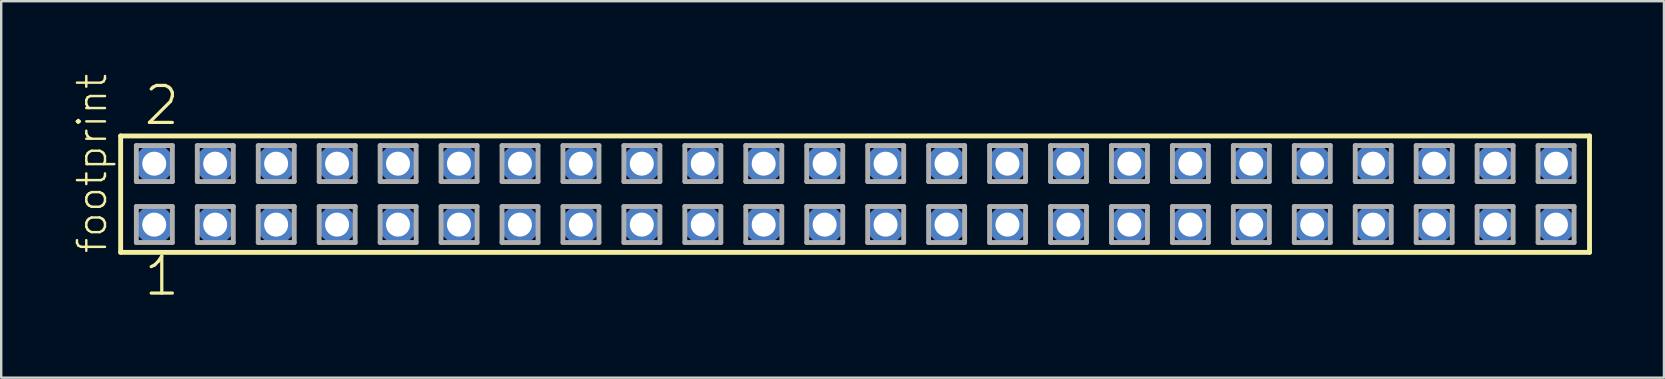
<source format=kicad_pcb>
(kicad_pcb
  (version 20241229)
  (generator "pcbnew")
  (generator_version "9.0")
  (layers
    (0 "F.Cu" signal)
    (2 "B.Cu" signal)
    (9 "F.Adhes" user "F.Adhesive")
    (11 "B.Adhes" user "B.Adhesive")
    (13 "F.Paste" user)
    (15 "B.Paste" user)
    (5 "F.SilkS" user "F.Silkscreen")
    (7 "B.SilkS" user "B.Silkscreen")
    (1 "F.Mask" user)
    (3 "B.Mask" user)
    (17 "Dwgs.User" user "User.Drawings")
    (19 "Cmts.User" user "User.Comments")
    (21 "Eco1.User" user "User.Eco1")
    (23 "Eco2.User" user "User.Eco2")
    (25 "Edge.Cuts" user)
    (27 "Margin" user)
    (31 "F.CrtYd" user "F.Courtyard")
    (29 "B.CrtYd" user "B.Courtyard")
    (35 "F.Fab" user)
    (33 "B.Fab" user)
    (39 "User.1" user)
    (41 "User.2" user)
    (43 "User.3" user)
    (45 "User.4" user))
  (footprint "footprint"
    (layer "F.Cu")
    (at 32.588 5.042)
    (property "Reference" "footprint" (at -31.115 2.54 90) (layer "F.SilkS") (effects (font (size 1.168 1.168) (thickness 0.102)) (justify left bottom)))
    (fp_line (start -30.609 -2.425) (end 30.609 -2.425) (stroke (width 0.203) (type solid)) (layer "F.SilkS"))
    (fp_line (start -30.609 2.425) (end -30.609 -2.425) (stroke (width 0.203) (type solid)) (layer "F.SilkS"))
    (fp_line (start 30.609 -2.425) (end 30.609 2.425) (stroke (width 0.203) (type solid)) (layer "F.SilkS"))
    (fp_line (start 30.609 2.425) (end -30.609 2.425) (stroke (width 0.203) (type solid)) (layer "F.SilkS"))
    (fp_line (start -29.955 -2.025) (end -28.455 -2.025) (stroke (width 0.203) (type solid)) (layer "F.Fab"))
    (fp_line (start -29.955 -0.525) (end -29.955 -2.025) (stroke (width 0.203) (type solid)) (layer "F.Fab"))
    (fp_line (start -29.955 0.515) (end -28.455 0.515) (stroke (width 0.203) (type solid)) (layer "F.Fab"))
    (fp_line (start -29.955 2.015) (end -29.955 0.515) (stroke (width 0.203) (type solid)) (layer "F.Fab"))
    (fp_line (start -28.455 -2.025) (end -28.455 -0.525) (stroke (width 0.203) (type solid)) (layer "F.Fab"))
    (fp_line (start -28.455 -0.525) (end -29.955 -0.525) (stroke (width 0.203) (type solid)) (layer "F.Fab"))
    (fp_line (start -28.455 0.515) (end -28.455 2.015) (stroke (width 0.203) (type solid)) (layer "F.Fab"))
    (fp_line (start -28.455 2.015) (end -29.955 2.015) (stroke (width 0.203) (type solid)) (layer "F.Fab"))
    (fp_line (start -27.415 -2.025) (end -25.915 -2.025) (stroke (width 0.203) (type solid)) (layer "F.Fab"))
    (fp_line (start -27.415 -0.525) (end -27.415 -2.025) (stroke (width 0.203) (type solid)) (layer "F.Fab"))
    (fp_line (start -27.415 0.515) (end -25.915 0.515) (stroke (width 0.203) (type solid)) (layer "F.Fab"))
    (fp_line (start -27.415 2.015) (end -27.415 0.515) (stroke (width 0.203) (type solid)) (layer "F.Fab"))
    (fp_line (start -25.915 -2.025) (end -25.915 -0.525) (stroke (width 0.203) (type solid)) (layer "F.Fab"))
    (fp_line (start -25.915 -0.525) (end -27.415 -0.525) (stroke (width 0.203) (type solid)) (layer "F.Fab"))
    (fp_line (start -25.915 0.515) (end -25.915 2.015) (stroke (width 0.203) (type solid)) (layer "F.Fab"))
    (fp_line (start -25.915 2.015) (end -27.415 2.015) (stroke (width 0.203) (type solid)) (layer "F.Fab"))
    (fp_line (start -24.875 -2.025) (end -23.375 -2.025) (stroke (width 0.203) (type solid)) (layer "F.Fab"))
    (fp_line (start -24.875 -0.525) (end -24.875 -2.025) (stroke (width 0.203) (type solid)) (layer "F.Fab"))
    (fp_line (start -24.875 0.515) (end -23.375 0.515) (stroke (width 0.203) (type solid)) (layer "F.Fab"))
    (fp_line (start -24.875 2.015) (end -24.875 0.515) (stroke (width 0.203) (type solid)) (layer "F.Fab"))
    (fp_line (start -23.375 -2.025) (end -23.375 -0.525) (stroke (width 0.203) (type solid)) (layer "F.Fab"))
    (fp_line (start -23.375 -0.525) (end -24.875 -0.525) (stroke (width 0.203) (type solid)) (layer "F.Fab"))
    (fp_line (start -23.375 0.515) (end -23.375 2.015) (stroke (width 0.203) (type solid)) (layer "F.Fab"))
    (fp_line (start -23.375 2.015) (end -24.875 2.015) (stroke (width 0.203) (type solid)) (layer "F.Fab"))
    (fp_line (start -22.335 -2.025) (end -20.835 -2.025) (stroke (width 0.203) (type solid)) (layer "F.Fab"))
    (fp_line (start -22.335 -0.525) (end -22.335 -2.025) (stroke (width 0.203) (type solid)) (layer "F.Fab"))
    (fp_line (start -22.335 0.515) (end -20.835 0.515) (stroke (width 0.203) (type solid)) (layer "F.Fab"))
    (fp_line (start -22.335 2.015) (end -22.335 0.515) (stroke (width 0.203) (type solid)) (layer "F.Fab"))
    (fp_line (start -20.835 -2.025) (end -20.835 -0.525) (stroke (width 0.203) (type solid)) (layer "F.Fab"))
    (fp_line (start -20.835 -0.525) (end -22.335 -0.525) (stroke (width 0.203) (type solid)) (layer "F.Fab"))
    (fp_line (start -20.835 0.515) (end -20.835 2.015) (stroke (width 0.203) (type solid)) (layer "F.Fab"))
    (fp_line (start -20.835 2.015) (end -22.335 2.015) (stroke (width 0.203) (type solid)) (layer "F.Fab"))
    (fp_line (start -19.795 -2.025) (end -18.295 -2.025) (stroke (width 0.203) (type solid)) (layer "F.Fab"))
    (fp_line (start -19.795 -0.525) (end -19.795 -2.025) (stroke (width 0.203) (type solid)) (layer "F.Fab"))
    (fp_line (start -19.795 0.515) (end -18.295 0.515) (stroke (width 0.203) (type solid)) (layer "F.Fab"))
    (fp_line (start -19.795 2.015) (end -19.795 0.515) (stroke (width 0.203) (type solid)) (layer "F.Fab"))
    (fp_line (start -18.295 -2.025) (end -18.295 -0.525) (stroke (width 0.203) (type solid)) (layer "F.Fab"))
    (fp_line (start -18.295 -0.525) (end -19.795 -0.525) (stroke (width 0.203) (type solid)) (layer "F.Fab"))
    (fp_line (start -18.295 0.515) (end -18.295 2.015) (stroke (width 0.203) (type solid)) (layer "F.Fab"))
    (fp_line (start -18.295 2.015) (end -19.795 2.015) (stroke (width 0.203) (type solid)) (layer "F.Fab"))
    (fp_line (start -17.255 -2.025) (end -15.755 -2.025) (stroke (width 0.203) (type solid)) (layer "F.Fab"))
    (fp_line (start -17.255 -0.525) (end -17.255 -2.025) (stroke (width 0.203) (type solid)) (layer "F.Fab"))
    (fp_line (start -17.255 0.515) (end -15.755 0.515) (stroke (width 0.203) (type solid)) (layer "F.Fab"))
    (fp_line (start -17.255 2.015) (end -17.255 0.515) (stroke (width 0.203) (type solid)) (layer "F.Fab"))
    (fp_line (start -15.755 -2.025) (end -15.755 -0.525) (stroke (width 0.203) (type solid)) (layer "F.Fab"))
    (fp_line (start -15.755 -0.525) (end -17.255 -0.525) (stroke (width 0.203) (type solid)) (layer "F.Fab"))
    (fp_line (start -15.755 0.515) (end -15.755 2.015) (stroke (width 0.203) (type solid)) (layer "F.Fab"))
    (fp_line (start -15.755 2.015) (end -17.255 2.015) (stroke (width 0.203) (type solid)) (layer "F.Fab"))
    (fp_line (start -14.715 -2.025) (end -13.215 -2.025) (stroke (width 0.203) (type solid)) (layer "F.Fab"))
    (fp_line (start -14.715 -0.525) (end -14.715 -2.025) (stroke (width 0.203) (type solid)) (layer "F.Fab"))
    (fp_line (start -14.715 0.515) (end -13.215 0.515) (stroke (width 0.203) (type solid)) (layer "F.Fab"))
    (fp_line (start -14.715 2.015) (end -14.715 0.515) (stroke (width 0.203) (type solid)) (layer "F.Fab"))
    (fp_line (start -13.215 -2.025) (end -13.215 -0.525) (stroke (width 0.203) (type solid)) (layer "F.Fab"))
    (fp_line (start -13.215 -0.525) (end -14.715 -0.525) (stroke (width 0.203) (type solid)) (layer "F.Fab"))
    (fp_line (start -13.215 0.515) (end -13.215 2.015) (stroke (width 0.203) (type solid)) (layer "F.Fab"))
    (fp_line (start -13.215 2.015) (end -14.715 2.015) (stroke (width 0.203) (type solid)) (layer "F.Fab"))
    (fp_line (start -12.175 -2.025) (end -10.675 -2.025) (stroke (width 0.203) (type solid)) (layer "F.Fab"))
    (fp_line (start -12.175 -0.525) (end -12.175 -2.025) (stroke (width 0.203) (type solid)) (layer "F.Fab"))
    (fp_line (start -12.175 0.515) (end -10.675 0.515) (stroke (width 0.203) (type solid)) (layer "F.Fab"))
    (fp_line (start -12.175 2.015) (end -12.175 0.515) (stroke (width 0.203) (type solid)) (layer "F.Fab"))
    (fp_line (start -10.675 -2.025) (end -10.675 -0.525) (stroke (width 0.203) (type solid)) (layer "F.Fab"))
    (fp_line (start -10.675 -0.525) (end -12.175 -0.525) (stroke (width 0.203) (type solid)) (layer "F.Fab"))
    (fp_line (start -10.675 0.515) (end -10.675 2.015) (stroke (width 0.203) (type solid)) (layer "F.Fab"))
    (fp_line (start -10.675 2.015) (end -12.175 2.015) (stroke (width 0.203) (type solid)) (layer "F.Fab"))
    (fp_line (start -9.635 -2.025) (end -8.135 -2.025) (stroke (width 0.203) (type solid)) (layer "F.Fab"))
    (fp_line (start -9.635 -0.525) (end -9.635 -2.025) (stroke (width 0.203) (type solid)) (layer "F.Fab"))
    (fp_line (start -9.635 0.515) (end -8.135 0.515) (stroke (width 0.203) (type solid)) (layer "F.Fab"))
    (fp_line (start -9.635 2.015) (end -9.635 0.515) (stroke (width 0.203) (type solid)) (layer "F.Fab"))
    (fp_line (start -8.135 -2.025) (end -8.135 -0.525) (stroke (width 0.203) (type solid)) (layer "F.Fab"))
    (fp_line (start -8.135 -0.525) (end -9.635 -0.525) (stroke (width 0.203) (type solid)) (layer "F.Fab"))
    (fp_line (start -8.135 0.515) (end -8.135 2.015) (stroke (width 0.203) (type solid)) (layer "F.Fab"))
    (fp_line (start -8.135 2.015) (end -9.635 2.015) (stroke (width 0.203) (type solid)) (layer "F.Fab"))
    (fp_line (start -7.095 -2.025) (end -5.595 -2.025) (stroke (width 0.203) (type solid)) (layer "F.Fab"))
    (fp_line (start -7.095 -0.525) (end -7.095 -2.025) (stroke (width 0.203) (type solid)) (layer "F.Fab"))
    (fp_line (start -7.095 0.515) (end -5.595 0.515) (stroke (width 0.203) (type solid)) (layer "F.Fab"))
    (fp_line (start -7.095 2.015) (end -7.095 0.515) (stroke (width 0.203) (type solid)) (layer "F.Fab"))
    (fp_line (start -5.595 -2.025) (end -5.595 -0.525) (stroke (width 0.203) (type solid)) (layer "F.Fab"))
    (fp_line (start -5.595 -0.525) (end -7.095 -0.525) (stroke (width 0.203) (type solid)) (layer "F.Fab"))
    (fp_line (start -5.595 0.515) (end -5.595 2.015) (stroke (width 0.203) (type solid)) (layer "F.Fab"))
    (fp_line (start -5.595 2.015) (end -7.095 2.015) (stroke (width 0.203) (type solid)) (layer "F.Fab"))
    (fp_line (start -4.555 -2.025) (end -3.055 -2.025) (stroke (width 0.203) (type solid)) (layer "F.Fab"))
    (fp_line (start -4.555 -0.525) (end -4.555 -2.025) (stroke (width 0.203) (type solid)) (layer "F.Fab"))
    (fp_line (start -4.555 0.515) (end -3.055 0.515) (stroke (width 0.203) (type solid)) (layer "F.Fab"))
    (fp_line (start -4.555 2.015) (end -4.555 0.515) (stroke (width 0.203) (type solid)) (layer "F.Fab"))
    (fp_line (start -3.055 -2.025) (end -3.055 -0.525) (stroke (width 0.203) (type solid)) (layer "F.Fab"))
    (fp_line (start -3.055 -0.525) (end -4.555 -0.525) (stroke (width 0.203) (type solid)) (layer "F.Fab"))
    (fp_line (start -3.055 0.515) (end -3.055 2.015) (stroke (width 0.203) (type solid)) (layer "F.Fab"))
    (fp_line (start -3.055 2.015) (end -4.555 2.015) (stroke (width 0.203) (type solid)) (layer "F.Fab"))
    (fp_line (start -2.015 -2.025) (end -0.515 -2.025) (stroke (width 0.203) (type solid)) (layer "F.Fab"))
    (fp_line (start -2.015 -0.525) (end -2.015 -2.025) (stroke (width 0.203) (type solid)) (layer "F.Fab"))
    (fp_line (start -2.015 0.515) (end -0.515 0.515) (stroke (width 0.203) (type solid)) (layer "F.Fab"))
    (fp_line (start -2.015 2.015) (end -2.015 0.515) (stroke (width 0.203) (type solid)) (layer "F.Fab"))
    (fp_line (start -0.515 -2.025) (end -0.515 -0.525) (stroke (width 0.203) (type solid)) (layer "F.Fab"))
    (fp_line (start -0.515 -0.525) (end -2.015 -0.525) (stroke (width 0.203) (type solid)) (layer "F.Fab"))
    (fp_line (start -0.515 0.515) (end -0.515 2.015) (stroke (width 0.203) (type solid)) (layer "F.Fab"))
    (fp_line (start -0.515 2.015) (end -2.015 2.015) (stroke (width 0.203) (type solid)) (layer "F.Fab"))
    (fp_line (start 0.525 -2.025) (end 2.025 -2.025) (stroke (width 0.203) (type solid)) (layer "F.Fab"))
    (fp_line (start 0.525 -0.525) (end 0.525 -2.025) (stroke (width 0.203) (type solid)) (layer "F.Fab"))
    (fp_line (start 0.525 0.515) (end 2.025 0.515) (stroke (width 0.203) (type solid)) (layer "F.Fab"))
    (fp_line (start 0.525 2.015) (end 0.525 0.515) (stroke (width 0.203) (type solid)) (layer "F.Fab"))
    (fp_line (start 2.025 -2.025) (end 2.025 -0.525) (stroke (width 0.203) (type solid)) (layer "F.Fab"))
    (fp_line (start 2.025 -0.525) (end 0.525 -0.525) (stroke (width 0.203) (type solid)) (layer "F.Fab"))
    (fp_line (start 2.025 0.515) (end 2.025 2.015) (stroke (width 0.203) (type solid)) (layer "F.Fab"))
    (fp_line (start 2.025 2.015) (end 0.525 2.015) (stroke (width 0.203) (type solid)) (layer "F.Fab"))
    (fp_line (start 3.065 -2.025) (end 4.565 -2.025) (stroke (width 0.203) (type solid)) (layer "F.Fab"))
    (fp_line (start 3.065 -0.525) (end 3.065 -2.025) (stroke (width 0.203) (type solid)) (layer "F.Fab"))
    (fp_line (start 3.065 0.515) (end 4.565 0.515) (stroke (width 0.203) (type solid)) (layer "F.Fab"))
    (fp_line (start 3.065 2.015) (end 3.065 0.515) (stroke (width 0.203) (type solid)) (layer "F.Fab"))
    (fp_line (start 4.565 -2.025) (end 4.565 -0.525) (stroke (width 0.203) (type solid)) (layer "F.Fab"))
    (fp_line (start 4.565 -0.525) (end 3.065 -0.525) (stroke (width 0.203) (type solid)) (layer "F.Fab"))
    (fp_line (start 4.565 0.515) (end 4.565 2.015) (stroke (width 0.203) (type solid)) (layer "F.Fab"))
    (fp_line (start 4.565 2.015) (end 3.065 2.015) (stroke (width 0.203) (type solid)) (layer "F.Fab"))
    (fp_line (start 5.605 -2.025) (end 7.105 -2.025) (stroke (width 0.203) (type solid)) (layer "F.Fab"))
    (fp_line (start 5.605 -0.525) (end 5.605 -2.025) (stroke (width 0.203) (type solid)) (layer "F.Fab"))
    (fp_line (start 5.605 0.515) (end 7.105 0.515) (stroke (width 0.203) (type solid)) (layer "F.Fab"))
    (fp_line (start 5.605 2.015) (end 5.605 0.515) (stroke (width 0.203) (type solid)) (layer "F.Fab"))
    (fp_line (start 7.105 -2.025) (end 7.105 -0.525) (stroke (width 0.203) (type solid)) (layer "F.Fab"))
    (fp_line (start 7.105 -0.525) (end 5.605 -0.525) (stroke (width 0.203) (type solid)) (layer "F.Fab"))
    (fp_line (start 7.105 0.515) (end 7.105 2.015) (stroke (width 0.203) (type solid)) (layer "F.Fab"))
    (fp_line (start 7.105 2.015) (end 5.605 2.015) (stroke (width 0.203) (type solid)) (layer "F.Fab"))
    (fp_line (start 8.145 -2.025) (end 9.645 -2.025) (stroke (width 0.203) (type solid)) (layer "F.Fab"))
    (fp_line (start 8.145 -0.525) (end 8.145 -2.025) (stroke (width 0.203) (type solid)) (layer "F.Fab"))
    (fp_line (start 8.145 0.515) (end 9.645 0.515) (stroke (width 0.203) (type solid)) (layer "F.Fab"))
    (fp_line (start 8.145 2.015) (end 8.145 0.515) (stroke (width 0.203) (type solid)) (layer "F.Fab"))
    (fp_line (start 9.645 -2.025) (end 9.645 -0.525) (stroke (width 0.203) (type solid)) (layer "F.Fab"))
    (fp_line (start 9.645 -0.525) (end 8.145 -0.525) (stroke (width 0.203) (type solid)) (layer "F.Fab"))
    (fp_line (start 9.645 0.515) (end 9.645 2.015) (stroke (width 0.203) (type solid)) (layer "F.Fab"))
    (fp_line (start 9.645 2.015) (end 8.145 2.015) (stroke (width 0.203) (type solid)) (layer "F.Fab"))
    (fp_line (start 10.685 -2.025) (end 12.185 -2.025) (stroke (width 0.203) (type solid)) (layer "F.Fab"))
    (fp_line (start 10.685 -0.525) (end 10.685 -2.025) (stroke (width 0.203) (type solid)) (layer "F.Fab"))
    (fp_line (start 10.685 0.515) (end 12.185 0.515) (stroke (width 0.203) (type solid)) (layer "F.Fab"))
    (fp_line (start 10.685 2.015) (end 10.685 0.515) (stroke (width 0.203) (type solid)) (layer "F.Fab"))
    (fp_line (start 12.185 -2.025) (end 12.185 -0.525) (stroke (width 0.203) (type solid)) (layer "F.Fab"))
    (fp_line (start 12.185 -0.525) (end 10.685 -0.525) (stroke (width 0.203) (type solid)) (layer "F.Fab"))
    (fp_line (start 12.185 0.515) (end 12.185 2.015) (stroke (width 0.203) (type solid)) (layer "F.Fab"))
    (fp_line (start 12.185 2.015) (end 10.685 2.015) (stroke (width 0.203) (type solid)) (layer "F.Fab"))
    (fp_line (start 13.225 -2.025) (end 14.725 -2.025) (stroke (width 0.203) (type solid)) (layer "F.Fab"))
    (fp_line (start 13.225 -0.525) (end 13.225 -2.025) (stroke (width 0.203) (type solid)) (layer "F.Fab"))
    (fp_line (start 13.225 0.515) (end 14.725 0.515) (stroke (width 0.203) (type solid)) (layer "F.Fab"))
    (fp_line (start 13.225 2.015) (end 13.225 0.515) (stroke (width 0.203) (type solid)) (layer "F.Fab"))
    (fp_line (start 14.725 -2.025) (end 14.725 -0.525) (stroke (width 0.203) (type solid)) (layer "F.Fab"))
    (fp_line (start 14.725 -0.525) (end 13.225 -0.525) (stroke (width 0.203) (type solid)) (layer "F.Fab"))
    (fp_line (start 14.725 0.515) (end 14.725 2.015) (stroke (width 0.203) (type solid)) (layer "F.Fab"))
    (fp_line (start 14.725 2.015) (end 13.225 2.015) (stroke (width 0.203) (type solid)) (layer "F.Fab"))
    (fp_line (start 15.765 -2.025) (end 17.265 -2.025) (stroke (width 0.203) (type solid)) (layer "F.Fab"))
    (fp_line (start 15.765 -0.525) (end 15.765 -2.025) (stroke (width 0.203) (type solid)) (layer "F.Fab"))
    (fp_line (start 15.765 0.515) (end 17.265 0.515) (stroke (width 0.203) (type solid)) (layer "F.Fab"))
    (fp_line (start 15.765 2.015) (end 15.765 0.515) (stroke (width 0.203) (type solid)) (layer "F.Fab"))
    (fp_line (start 17.265 -2.025) (end 17.265 -0.525) (stroke (width 0.203) (type solid)) (layer "F.Fab"))
    (fp_line (start 17.265 -0.525) (end 15.765 -0.525) (stroke (width 0.203) (type solid)) (layer "F.Fab"))
    (fp_line (start 17.265 0.515) (end 17.265 2.015) (stroke (width 0.203) (type solid)) (layer "F.Fab"))
    (fp_line (start 17.265 2.015) (end 15.765 2.015) (stroke (width 0.203) (type solid)) (layer "F.Fab"))
    (fp_line (start 18.305 -2.025) (end 19.805 -2.025) (stroke (width 0.203) (type solid)) (layer "F.Fab"))
    (fp_line (start 18.305 -0.525) (end 18.305 -2.025) (stroke (width 0.203) (type solid)) (layer "F.Fab"))
    (fp_line (start 18.305 0.515) (end 19.805 0.515) (stroke (width 0.203) (type solid)) (layer "F.Fab"))
    (fp_line (start 18.305 2.015) (end 18.305 0.515) (stroke (width 0.203) (type solid)) (layer "F.Fab"))
    (fp_line (start 19.805 -2.025) (end 19.805 -0.525) (stroke (width 0.203) (type solid)) (layer "F.Fab"))
    (fp_line (start 19.805 -0.525) (end 18.305 -0.525) (stroke (width 0.203) (type solid)) (layer "F.Fab"))
    (fp_line (start 19.805 0.515) (end 19.805 2.015) (stroke (width 0.203) (type solid)) (layer "F.Fab"))
    (fp_line (start 19.805 2.015) (end 18.305 2.015) (stroke (width 0.203) (type solid)) (layer "F.Fab"))
    (fp_line (start 20.845 -2.025) (end 22.345 -2.025) (stroke (width 0.203) (type solid)) (layer "F.Fab"))
    (fp_line (start 20.845 -0.525) (end 20.845 -2.025) (stroke (width 0.203) (type solid)) (layer "F.Fab"))
    (fp_line (start 20.845 0.515) (end 22.345 0.515) (stroke (width 0.203) (type solid)) (layer "F.Fab"))
    (fp_line (start 20.845 2.015) (end 20.845 0.515) (stroke (width 0.203) (type solid)) (layer "F.Fab"))
    (fp_line (start 22.345 -2.025) (end 22.345 -0.525) (stroke (width 0.203) (type solid)) (layer "F.Fab"))
    (fp_line (start 22.345 -0.525) (end 20.845 -0.525) (stroke (width 0.203) (type solid)) (layer "F.Fab"))
    (fp_line (start 22.345 0.515) (end 22.345 2.015) (stroke (width 0.203) (type solid)) (layer "F.Fab"))
    (fp_line (start 22.345 2.015) (end 20.845 2.015) (stroke (width 0.203) (type solid)) (layer "F.Fab"))
    (fp_line (start 23.385 -2.025) (end 24.885 -2.025) (stroke (width 0.203) (type solid)) (layer "F.Fab"))
    (fp_line (start 23.385 -0.525) (end 23.385 -2.025) (stroke (width 0.203) (type solid)) (layer "F.Fab"))
    (fp_line (start 23.385 0.515) (end 24.885 0.515) (stroke (width 0.203) (type solid)) (layer "F.Fab"))
    (fp_line (start 23.385 2.015) (end 23.385 0.515) (stroke (width 0.203) (type solid)) (layer "F.Fab"))
    (fp_line (start 24.885 -2.025) (end 24.885 -0.525) (stroke (width 0.203) (type solid)) (layer "F.Fab"))
    (fp_line (start 24.885 -0.525) (end 23.385 -0.525) (stroke (width 0.203) (type solid)) (layer "F.Fab"))
    (fp_line (start 24.885 0.515) (end 24.885 2.015) (stroke (width 0.203) (type solid)) (layer "F.Fab"))
    (fp_line (start 24.885 2.015) (end 23.385 2.015) (stroke (width 0.203) (type solid)) (layer "F.Fab"))
    (fp_line (start 25.925 -2.025) (end 27.425 -2.025) (stroke (width 0.203) (type solid)) (layer "F.Fab"))
    (fp_line (start 25.925 -0.525) (end 25.925 -2.025) (stroke (width 0.203) (type solid)) (layer "F.Fab"))
    (fp_line (start 25.925 0.515) (end 27.425 0.515) (stroke (width 0.203) (type solid)) (layer "F.Fab"))
    (fp_line (start 25.925 2.015) (end 25.925 0.515) (stroke (width 0.203) (type solid)) (layer "F.Fab"))
    (fp_line (start 27.425 -2.025) (end 27.425 -0.525) (stroke (width 0.203) (type solid)) (layer "F.Fab"))
    (fp_line (start 27.425 -0.525) (end 25.925 -0.525) (stroke (width 0.203) (type solid)) (layer "F.Fab"))
    (fp_line (start 27.425 0.515) (end 27.425 2.015) (stroke (width 0.203) (type solid)) (layer "F.Fab"))
    (fp_line (start 27.425 2.015) (end 25.925 2.015) (stroke (width 0.203) (type solid)) (layer "F.Fab"))
    (fp_line (start 28.465 -2.025) (end 29.965 -2.025) (stroke (width 0.203) (type solid)) (layer "F.Fab"))
    (fp_line (start 28.465 -0.525) (end 28.465 -2.025) (stroke (width 0.203) (type solid)) (layer "F.Fab"))
    (fp_line (start 28.465 0.515) (end 29.965 0.515) (stroke (width 0.203) (type solid)) (layer "F.Fab"))
    (fp_line (start 28.465 2.015) (end 28.465 0.515) (stroke (width 0.203) (type solid)) (layer "F.Fab"))
    (fp_line (start 29.965 -2.025) (end 29.965 -0.525) (stroke (width 0.203) (type solid)) (layer "F.Fab"))
    (fp_line (start 29.965 -0.525) (end 28.465 -0.525) (stroke (width 0.203) (type solid)) (layer "F.Fab"))
    (fp_line (start 29.965 0.515) (end 29.965 2.015) (stroke (width 0.203) (type solid)) (layer "F.Fab"))
    (fp_line (start 29.965 2.015) (end 28.465 2.015) (stroke (width 0.203) (type solid)) (layer "F.Fab"))
    (fp_text user "2" (at -29.718 -2.794 0) (layer "F.SilkS") (effects (font (size 1.542 1.542) (thickness 0.134)) (justify left bottom)))
    (fp_text user "1" (at -29.718 4.318 0) (layer "F.SilkS") (effects (font (size 1.542 1.542) (thickness 0.134)) (justify left bottom)))
    (pad "1" thru_hole roundrect (at -29.21 1.27) (size 1.5 1.5) (drill 1) (layers "*.Cu" "*.Mask") (roundrect_rratio 0.25) (chamfer_ratio 0.25) (chamfer top_left top_right bottom_left bottom_right))
    (pad "2" thru_hole roundrect (at -29.21 -1.27) (size 1.5 1.5) (drill 1) (layers "*.Cu" "*.Mask") (roundrect_rratio 0.25) (chamfer_ratio 0.25) (chamfer top_left top_right bottom_left bottom_right))
    (pad "3" thru_hole roundrect (at -26.67 1.27) (size 1.5 1.5) (drill 1) (layers "*.Cu" "*.Mask") (roundrect_rratio 0.25) (chamfer_ratio 0.25) (chamfer top_left top_right bottom_left bottom_right))
    (pad "4" thru_hole roundrect (at -26.67 -1.27) (size 1.5 1.5) (drill 1) (layers "*.Cu" "*.Mask") (roundrect_rratio 0.25) (chamfer_ratio 0.25) (chamfer top_left top_right bottom_left bottom_right))
    (pad "5" thru_hole roundrect (at -24.13 1.27) (size 1.5 1.5) (drill 1) (layers "*.Cu" "*.Mask") (roundrect_rratio 0.25) (chamfer_ratio 0.25) (chamfer top_left top_right bottom_left bottom_right))
    (pad "6" thru_hole roundrect (at -24.13 -1.27) (size 1.5 1.5) (drill 1) (layers "*.Cu" "*.Mask") (roundrect_rratio 0.25) (chamfer_ratio 0.25) (chamfer top_left top_right bottom_left bottom_right))
    (pad "7" thru_hole roundrect (at -21.59 1.27) (size 1.5 1.5) (drill 1) (layers "*.Cu" "*.Mask") (roundrect_rratio 0.25) (chamfer_ratio 0.25) (chamfer top_left top_right bottom_left bottom_right))
    (pad "8" thru_hole roundrect (at -21.59 -1.27) (size 1.5 1.5) (drill 1) (layers "*.Cu" "*.Mask") (roundrect_rratio 0.25) (chamfer_ratio 0.25) (chamfer top_left top_right bottom_left bottom_right))
    (pad "9" thru_hole roundrect (at -19.05 1.27) (size 1.5 1.5) (drill 1) (layers "*.Cu" "*.Mask") (roundrect_rratio 0.25) (chamfer_ratio 0.25) (chamfer top_left top_right bottom_left bottom_right))
    (pad "10" thru_hole roundrect (at -19.05 -1.27) (size 1.5 1.5) (drill 1) (layers "*.Cu" "*.Mask") (roundrect_rratio 0.25) (chamfer_ratio 0.25) (chamfer top_left top_right bottom_left bottom_right))
    (pad "11" thru_hole roundrect (at -16.51 1.27) (size 1.5 1.5) (drill 1) (layers "*.Cu" "*.Mask") (roundrect_rratio 0.25) (chamfer_ratio 0.25) (chamfer top_left top_right bottom_left bottom_right))
    (pad "12" thru_hole roundrect (at -16.51 -1.27) (size 1.5 1.5) (drill 1) (layers "*.Cu" "*.Mask") (roundrect_rratio 0.25) (chamfer_ratio 0.25) (chamfer top_left top_right bottom_left bottom_right))
    (pad "13" thru_hole roundrect (at -13.97 1.27) (size 1.5 1.5) (drill 1) (layers "*.Cu" "*.Mask") (roundrect_rratio 0.25) (chamfer_ratio 0.25) (chamfer top_left top_right bottom_left bottom_right))
    (pad "14" thru_hole roundrect (at -13.97 -1.27) (size 1.5 1.5) (drill 1) (layers "*.Cu" "*.Mask") (roundrect_rratio 0.25) (chamfer_ratio 0.25) (chamfer top_left top_right bottom_left bottom_right))
    (pad "15" thru_hole roundrect (at -11.43 1.27) (size 1.5 1.5) (drill 1) (layers "*.Cu" "*.Mask") (roundrect_rratio 0.25) (chamfer_ratio 0.25) (chamfer top_left top_right bottom_left bottom_right))
    (pad "16" thru_hole roundrect (at -11.43 -1.27) (size 1.5 1.5) (drill 1) (layers "*.Cu" "*.Mask") (roundrect_rratio 0.25) (chamfer_ratio 0.25) (chamfer top_left top_right bottom_left bottom_right))
    (pad "17" thru_hole roundrect (at -8.89 1.27) (size 1.5 1.5) (drill 1) (layers "*.Cu" "*.Mask") (roundrect_rratio 0.25) (chamfer_ratio 0.25) (chamfer top_left top_right bottom_left bottom_right))
    (pad "18" thru_hole roundrect (at -8.89 -1.27) (size 1.5 1.5) (drill 1) (layers "*.Cu" "*.Mask") (roundrect_rratio 0.25) (chamfer_ratio 0.25) (chamfer top_left top_right bottom_left bottom_right))
    (pad "19" thru_hole roundrect (at -6.35 1.27) (size 1.5 1.5) (drill 1) (layers "*.Cu" "*.Mask") (roundrect_rratio 0.25) (chamfer_ratio 0.25) (chamfer top_left top_right bottom_left bottom_right))
    (pad "20" thru_hole roundrect (at -6.35 -1.27) (size 1.5 1.5) (drill 1) (layers "*.Cu" "*.Mask") (roundrect_rratio 0.25) (chamfer_ratio 0.25) (chamfer top_left top_right bottom_left bottom_right))
    (pad "21" thru_hole roundrect (at -3.81 1.27) (size 1.5 1.5) (drill 1) (layers "*.Cu" "*.Mask") (roundrect_rratio 0.25) (chamfer_ratio 0.25) (chamfer top_left top_right bottom_left bottom_right))
    (pad "22" thru_hole roundrect (at -3.81 -1.27) (size 1.5 1.5) (drill 1) (layers "*.Cu" "*.Mask") (roundrect_rratio 0.25) (chamfer_ratio 0.25) (chamfer top_left top_right bottom_left bottom_right))
    (pad "23" thru_hole roundrect (at -1.27 1.27) (size 1.5 1.5) (drill 1) (layers "*.Cu" "*.Mask") (roundrect_rratio 0.25) (chamfer_ratio 0.25) (chamfer top_left top_right bottom_left bottom_right))
    (pad "24" thru_hole roundrect (at -1.27 -1.27) (size 1.5 1.5) (drill 1) (layers "*.Cu" "*.Mask") (roundrect_rratio 0.25) (chamfer_ratio 0.25) (chamfer top_left top_right bottom_left bottom_right))
    (pad "25" thru_hole roundrect (at 1.27 1.27) (size 1.5 1.5) (drill 1) (layers "*.Cu" "*.Mask") (roundrect_rratio 0.25) (chamfer_ratio 0.25) (chamfer top_left top_right bottom_left bottom_right))
    (pad "26" thru_hole roundrect (at 1.27 -1.27) (size 1.5 1.5) (drill 1) (layers "*.Cu" "*.Mask") (roundrect_rratio 0.25) (chamfer_ratio 0.25) (chamfer top_left top_right bottom_left bottom_right))
    (pad "27" thru_hole roundrect (at 3.81 1.27) (size 1.5 1.5) (drill 1) (layers "*.Cu" "*.Mask") (roundrect_rratio 0.25) (chamfer_ratio 0.25) (chamfer top_left top_right bottom_left bottom_right))
    (pad "28" thru_hole roundrect (at 3.81 -1.27) (size 1.5 1.5) (drill 1) (layers "*.Cu" "*.Mask") (roundrect_rratio 0.25) (chamfer_ratio 0.25) (chamfer top_left top_right bottom_left bottom_right))
    (pad "29" thru_hole roundrect (at 6.35 1.27) (size 1.5 1.5) (drill 1) (layers "*.Cu" "*.Mask") (roundrect_rratio 0.25) (chamfer_ratio 0.25) (chamfer top_left top_right bottom_left bottom_right))
    (pad "30" thru_hole roundrect (at 6.35 -1.27) (size 1.5 1.5) (drill 1) (layers "*.Cu" "*.Mask") (roundrect_rratio 0.25) (chamfer_ratio 0.25) (chamfer top_left top_right bottom_left bottom_right))
    (pad "31" thru_hole roundrect (at 8.89 1.27) (size 1.5 1.5) (drill 1) (layers "*.Cu" "*.Mask") (roundrect_rratio 0.25) (chamfer_ratio 0.25) (chamfer top_left top_right bottom_left bottom_right))
    (pad "32" thru_hole roundrect (at 8.89 -1.27) (size 1.5 1.5) (drill 1) (layers "*.Cu" "*.Mask") (roundrect_rratio 0.25) (chamfer_ratio 0.25) (chamfer top_left top_right bottom_left bottom_right))
    (pad "33" thru_hole roundrect (at 11.43 1.27) (size 1.5 1.5) (drill 1) (layers "*.Cu" "*.Mask") (roundrect_rratio 0.25) (chamfer_ratio 0.25) (chamfer top_left top_right bottom_left bottom_right))
    (pad "34" thru_hole roundrect (at 11.43 -1.27) (size 1.5 1.5) (drill 1) (layers "*.Cu" "*.Mask") (roundrect_rratio 0.25) (chamfer_ratio 0.25) (chamfer top_left top_right bottom_left bottom_right))
    (pad "35" thru_hole roundrect (at 13.97 1.27) (size 1.5 1.5) (drill 1) (layers "*.Cu" "*.Mask") (roundrect_rratio 0.25) (chamfer_ratio 0.25) (chamfer top_left top_right bottom_left bottom_right))
    (pad "36" thru_hole roundrect (at 13.97 -1.27) (size 1.5 1.5) (drill 1) (layers "*.Cu" "*.Mask") (roundrect_rratio 0.25) (chamfer_ratio 0.25) (chamfer top_left top_right bottom_left bottom_right))
    (pad "37" thru_hole roundrect (at 16.51 1.27) (size 1.5 1.5) (drill 1) (layers "*.Cu" "*.Mask") (roundrect_rratio 0.25) (chamfer_ratio 0.25) (chamfer top_left top_right bottom_left bottom_right))
    (pad "38" thru_hole roundrect (at 16.51 -1.27) (size 1.5 1.5) (drill 1) (layers "*.Cu" "*.Mask") (roundrect_rratio 0.25) (chamfer_ratio 0.25) (chamfer top_left top_right bottom_left bottom_right))
    (pad "39" thru_hole roundrect (at 19.05 1.27) (size 1.5 1.5) (drill 1) (layers "*.Cu" "*.Mask") (roundrect_rratio 0.25) (chamfer_ratio 0.25) (chamfer top_left top_right bottom_left bottom_right))
    (pad "40" thru_hole roundrect (at 19.05 -1.27) (size 1.5 1.5) (drill 1) (layers "*.Cu" "*.Mask") (roundrect_rratio 0.25) (chamfer_ratio 0.25) (chamfer top_left top_right bottom_left bottom_right))
    (pad "41" thru_hole roundrect (at 21.59 1.27) (size 1.5 1.5) (drill 1) (layers "*.Cu" "*.Mask") (roundrect_rratio 0.25) (chamfer_ratio 0.25) (chamfer top_left top_right bottom_left bottom_right))
    (pad "42" thru_hole roundrect (at 21.59 -1.27) (size 1.5 1.5) (drill 1) (layers "*.Cu" "*.Mask") (roundrect_rratio 0.25) (chamfer_ratio 0.25) (chamfer top_left top_right bottom_left bottom_right))
    (pad "43" thru_hole roundrect (at 24.13 1.27) (size 1.5 1.5) (drill 1) (layers "*.Cu" "*.Mask") (roundrect_rratio 0.25) (chamfer_ratio 0.25) (chamfer top_left top_right bottom_left bottom_right))
    (pad "44" thru_hole roundrect (at 24.13 -1.27) (size 1.5 1.5) (drill 1) (layers "*.Cu" "*.Mask") (roundrect_rratio 0.25) (chamfer_ratio 0.25) (chamfer top_left top_right bottom_left bottom_right))
    (pad "45" thru_hole roundrect (at 26.67 1.27) (size 1.5 1.5) (drill 1) (layers "*.Cu" "*.Mask") (roundrect_rratio 0.25) (chamfer_ratio 0.25) (chamfer top_left top_right bottom_left bottom_right))
    (pad "46" thru_hole roundrect (at 26.67 -1.27) (size 1.5 1.5) (drill 1) (layers "*.Cu" "*.Mask") (roundrect_rratio 0.25) (chamfer_ratio 0.25) (chamfer top_left top_right bottom_left bottom_right))
    (pad "47" thru_hole roundrect (at 29.21 1.27) (size 1.5 1.5) (drill 1) (layers "*.Cu" "*.Mask") (roundrect_rratio 0.25) (chamfer_ratio 0.25) (chamfer top_left top_right bottom_left bottom_right))
    (pad "48" thru_hole roundrect (at 29.21 -1.27) (size 1.5 1.5) (drill 1) (layers "*.Cu" "*.Mask") (roundrect_rratio 0.25) (chamfer_ratio 0.25) (chamfer top_left top_right bottom_left bottom_right)))
  (gr_rect
    (start -3 -3)
    (end 66.299 12.691)
    (stroke (width 0.1) (type default))
    (fill no)
    (layer "Edge.Cuts")))
</source>
